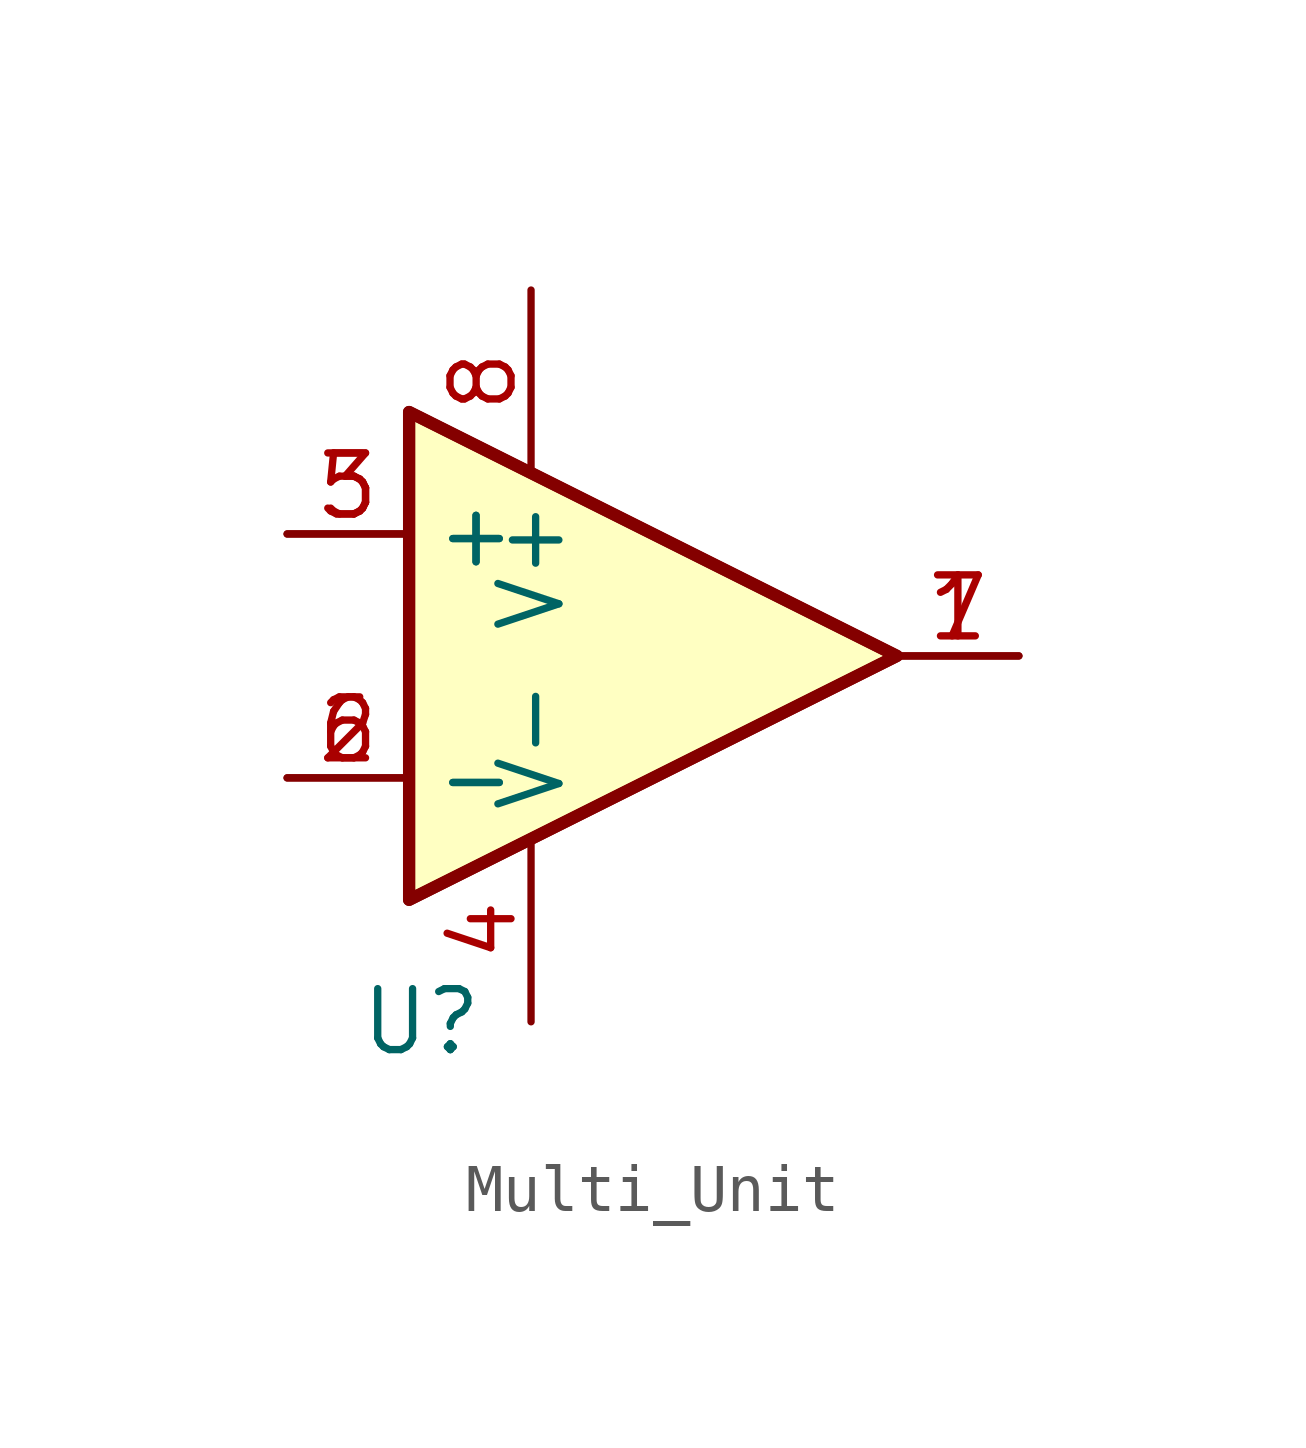
<source format=kicad_sym>
(kicad_symbol_lib
  (version 20220914)
  (generator kicad_symbol_editor)
  (symbol "Multi_Unit"
    (property "Reference" "U"
      (at 0 0 0)
      (effects (font (size 1.27 1.27))))
    (property "Value" ""
      (at 0 0 0)
      (effects (font (size 1.27 1.27))))
    (symbol "Multi_Unit_1_1"
      (polyline (pts (xy -0.254 12.7) (xy 9.906 7.62) (xy -0.254 2.54) (xy -0.254 12.7)) (stroke (width 0.254) (type default)) (fill (type background)))
      (polyline (pts (xy -0.254 12.7) (xy 9.906 7.62) (xy -0.254 2.54) (xy -0.254 12.7)) (stroke (width 0.254) (type default)) (fill (type background)))
      (pin output line (at 12.446 7.62 180) (length 2.54) (name "~" (effects (font (size 1.27 1.27)))) (number "1" (effects (font (size 1.27 1.27)))))
      (pin input line (at -2.794 5.08 0) (length 2.54) (name "-" (effects (font (size 1.27 1.27)))) (number "2" (effects (font (size 1.27 1.27)))))
      (pin input line (at -2.794 10.16 0) (length 2.54) (name "+" (effects (font (size 1.27 1.27)))) (number "3" (effects (font (size 1.27 1.27)))))
      (pin power_in line (at 2.286 0 90) (length 3.81) (name "V-" (effects (font (size 1.27 1.27)))) (number "4" (effects (font (size 1.27 1.27)))))
      (pin input line (at -2.794 10.16 0) (length 2.54) (name "+" (effects (font (size 1.27 1.27)))) (number "5" (effects (font (size 1.27 1.27)))))
      (pin input line (at -2.794 5.08 0) (length 2.54) (name "-" (effects (font (size 1.27 1.27)))) (number "6" (effects (font (size 1.27 1.27)))))
      (pin output line (at 12.446 7.62 180) (length 2.54) (name "~" (effects (font (size 1.27 1.27)))) (number "7" (effects (font (size 1.27 1.27)))))
      (pin power_in line (at 2.286 15.24 270) (length 3.81) (name "V+" (effects (font (size 1.27 1.27)))) (number "8" (effects (font (size 1.27 1.27))))))))
</source>
